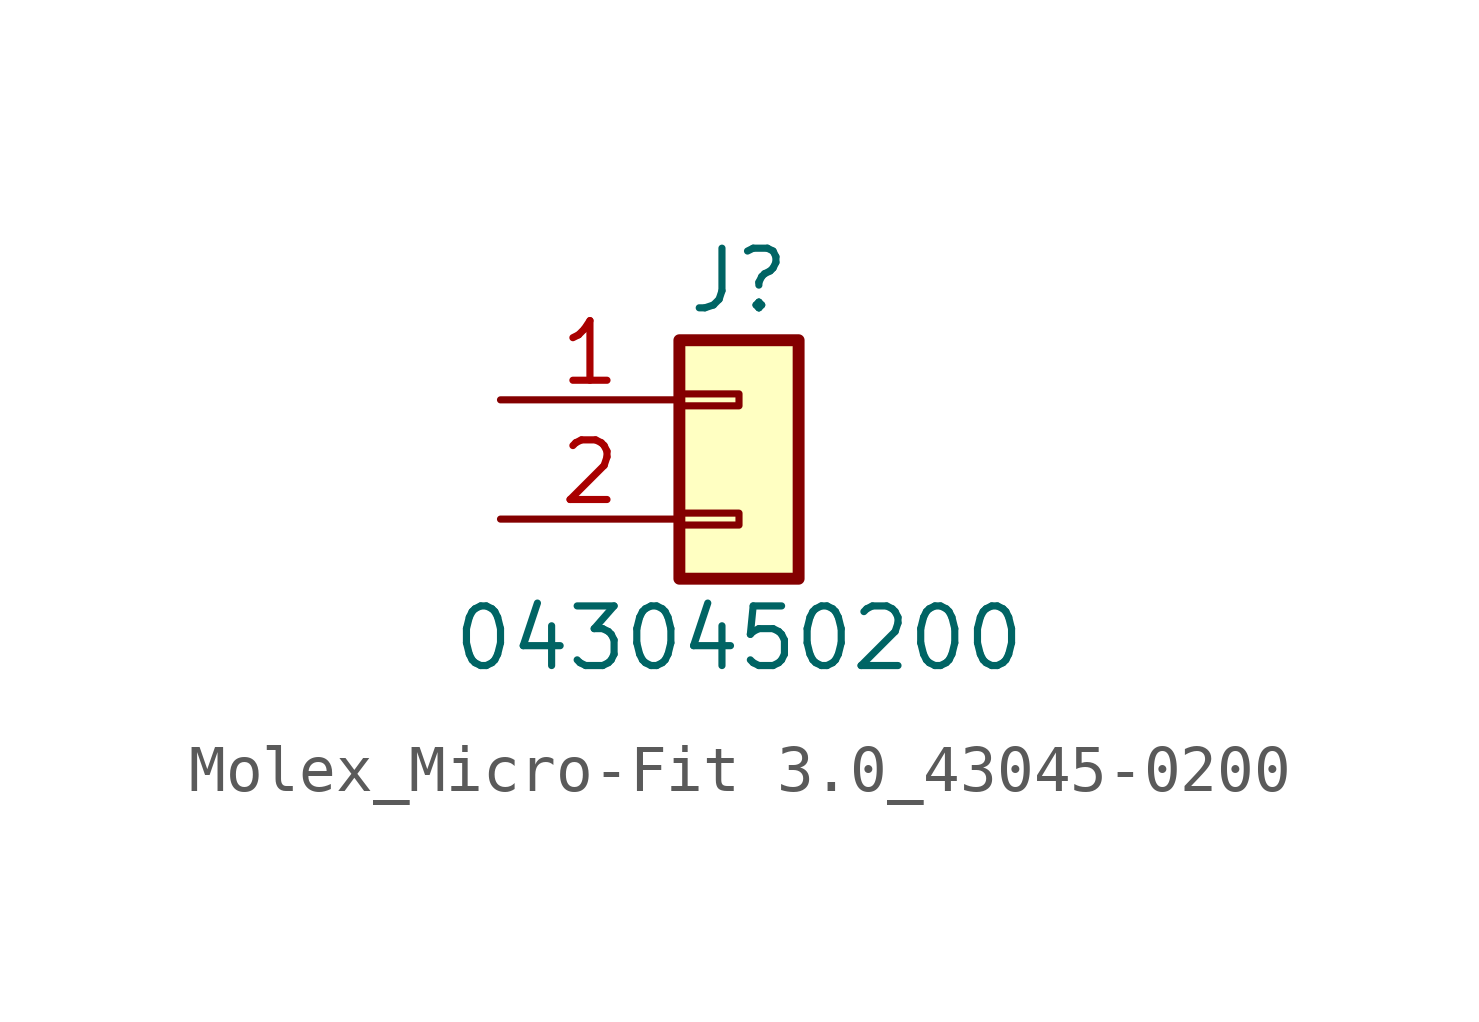
<source format=kicad_sym>
(kicad_symbol_lib
  (version 20241209)
  (generator "kicad_symbol_editor")
  (generator_version "9.0")
  (symbol "Molex_Micro-Fit 3.0_43045-0200"
    (pin_names
      (offset 1.016)
      (hide yes))
    (property "Reference" "J"
      (at 0 2.54 0)
      (effects (font (size 1.27 1.27))))
    (property "Value" "0430450200"
      (at 0 -5.08 0)
      (effects (font (size 1.27 1.27))))
    (symbol "Molex_Micro-Fit 3.0_43045-0200_1_1"
      (rectangle (start -1.27 1.27) (end 1.27 -3.81) (stroke (width 0.254) (type default)) (fill (type background)))
      (rectangle (start -1.27 0.127) (end 0 -0.127) (stroke (width 0.152) (type default)) (fill (type none)))
      (rectangle (start -1.27 -2.413) (end 0 -2.667) (stroke (width 0.152) (type default)) (fill (type none)))
      (pin passive line (at -5.08 0 0) (length 3.81) (name "Pin_1" (effects (font (size 1.27 1.27)))) (number "1" (effects (font (size 1.27 1.27)))))
      (pin passive line (at -5.08 -2.54 0) (length 3.81) (name "Pin_2" (effects (font (size 1.27 1.27)))) (number "2" (effects (font (size 1.27 1.27))))))))
</source>
